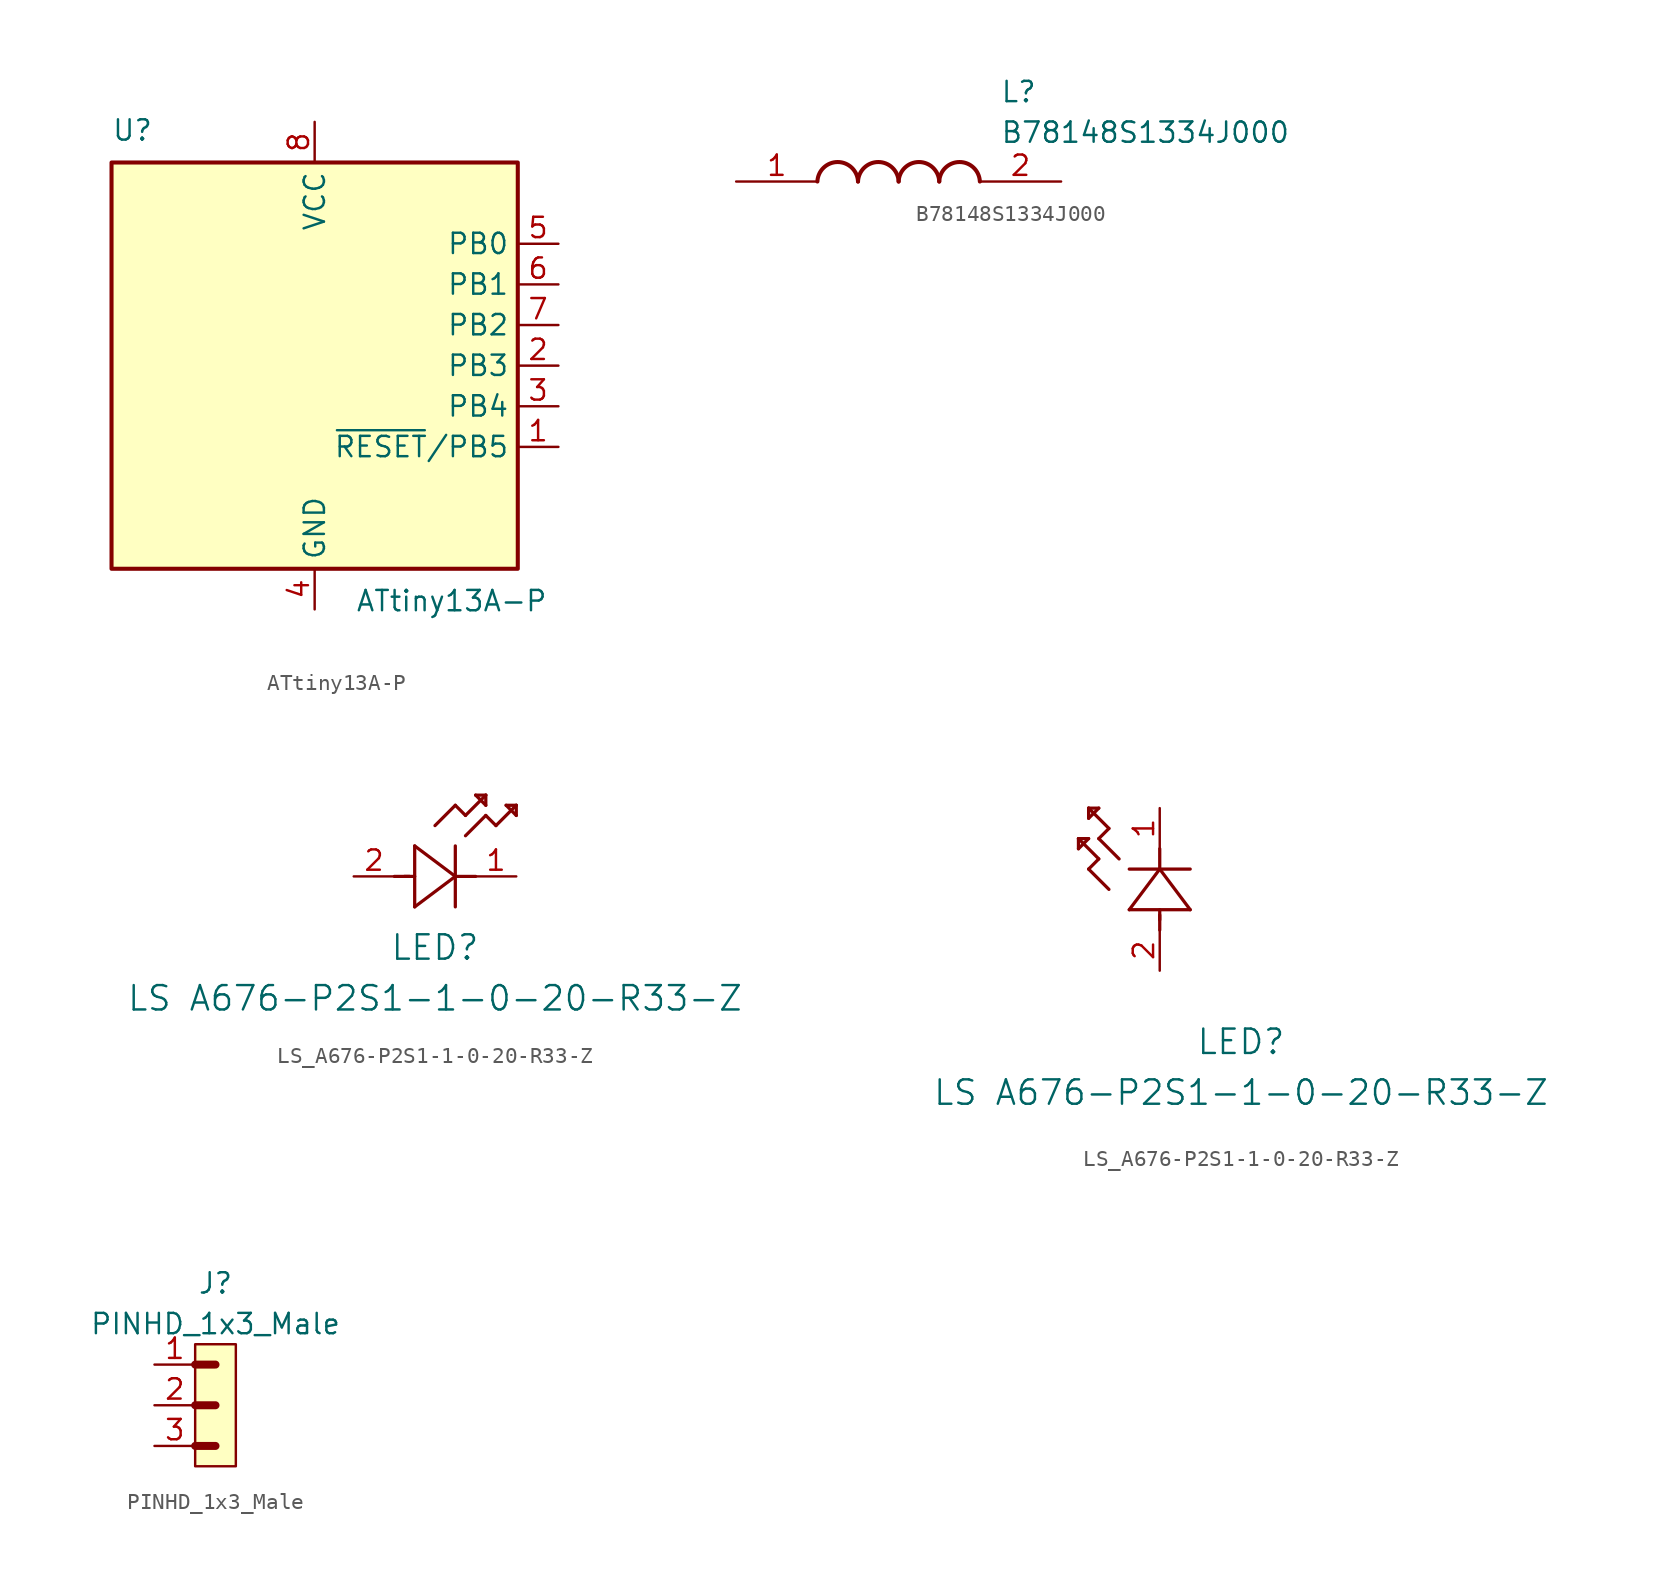
<source format=kicad_sym>
(kicad_symbol_lib
  (version 20231120)
  (generator "kicad_symbol_editor")
  (generator_version "8.0")
  (symbol "ATtiny13A-P"
    (property "Reference" "U"
      (at -12.7 13.97 0)
      (effects (font (size 1.27 1.27)) (justify left bottom)))
    (property "Value" "ATtiny13A-P"
      (at 2.54 -13.97 0)
      (effects (font (size 1.27 1.27)) (justify left top)))
    (symbol "ATtiny13A-P_0_1"
      (rectangle (start -12.7 -12.7) (end 12.7 12.7) (stroke (width 0.254) (type default)) (fill (type background))))
    (symbol "ATtiny13A-P_1_1"
      (pin bidirectional line (at 15.24 -5.08 180) (length 2.54) (name "~{RESET}/PB5" (effects (font (size 1.27 1.27)))) (number "1" (effects (font (size 1.27 1.27)))))
      (pin bidirectional line (at 15.24 0 180) (length 2.54) (name "PB3" (effects (font (size 1.27 1.27)))) (number "2" (effects (font (size 1.27 1.27)))))
      (pin bidirectional line (at 15.24 -2.54 180) (length 2.54) (name "PB4" (effects (font (size 1.27 1.27)))) (number "3" (effects (font (size 1.27 1.27)))))
      (pin power_in line (at 0 -15.24 90) (length 2.54) (name "GND" (effects (font (size 1.27 1.27)))) (number "4" (effects (font (size 1.27 1.27)))))
      (pin bidirectional line (at 15.24 7.62 180) (length 2.54) (name "PB0" (effects (font (size 1.27 1.27)))) (number "5" (effects (font (size 1.27 1.27)))))
      (pin bidirectional line (at 15.24 5.08 180) (length 2.54) (name "PB1" (effects (font (size 1.27 1.27)))) (number "6" (effects (font (size 1.27 1.27)))))
      (pin bidirectional line (at 15.24 2.54 180) (length 2.54) (name "PB2" (effects (font (size 1.27 1.27)))) (number "7" (effects (font (size 1.27 1.27)))))
      (pin power_in line (at 0 15.24 270) (length 2.54) (name "VCC" (effects (font (size 1.27 1.27)))) (number "8" (effects (font (size 1.27 1.27)))))))
  (symbol "B78148S1334J000"
    (pin_names hide)
    (property "Reference" "L"
      (at 16.51 6.35 0)
      (effects (font (size 1.27 1.27)) (justify left top)))
    (property "Value" "B78148S1334J000"
      (at 16.51 3.81 0)
      (effects (font (size 1.27 1.27)) (justify left top)))
    (symbol "B78148S1334J000_1_1"
      (arc (start 7.62 0) (mid 6.35 1.219) (end 5.08 0) (stroke (width 0.254) (type default)) (fill (type none)))
      (arc (start 10.16 0) (mid 8.89 1.219) (end 7.62 0) (stroke (width 0.254) (type default)) (fill (type none)))
      (arc (start 12.7 0) (mid 11.43 1.219) (end 10.16 0) (stroke (width 0.254) (type default)) (fill (type none)))
      (arc (start 15.24 0) (mid 13.97 1.219) (end 12.7 0) (stroke (width 0.254) (type default)) (fill (type none)))
      (pin passive line (at 0 0 0) (length 5.08) (name "1" (effects (font (size 1.27 1.27)))) (number "1" (effects (font (size 1.27 1.27)))))
      (pin passive line (at 20.32 0 180) (length 5.08) (name "2" (effects (font (size 1.27 1.27)))) (number "2" (effects (font (size 1.27 1.27)))))))
  (symbol "LS_A676-P2S1-1-0-20-R33-Z"
    (pin_names
      (offset 0.254))
    (property "Reference" "LED"
      (at 5.08 -4.445 0)
      (effects (font (size 1.524 1.524))))
    (property "Value" "LS A676-P2S1-1-0-20-R33-Z"
      (at 5.08 -7.62 0)
      (effects (font (size 1.524 1.524))))
    (property "ki_locked" ""
      (at 0 0 0)
      (effects (font (size 1.27 1.27))))
    (symbol "LS_A676-P2S1-1-0-20-R33-Z_1_1"
      (polyline (pts (xy 2.54 0) (xy 3.48 0)) (stroke (width 0.203) (type default)) (fill (type none)))
      (polyline (pts (xy 3.175 0) (xy 3.81 0)) (stroke (width 0.203) (type default)) (fill (type none)))
      (polyline (pts (xy 3.81 -1.905) (xy 6.35 0)) (stroke (width 0.203) (type default)) (fill (type none)))
      (polyline (pts (xy 3.81 1.905) (xy 3.81 -1.905)) (stroke (width 0.203) (type default)) (fill (type none)))
      (polyline (pts (xy 5.08 3.175) (xy 6.35 4.445)) (stroke (width 0.203) (type default)) (fill (type none)))
      (polyline (pts (xy 6.35 -1.905) (xy 6.35 1.905)) (stroke (width 0.203) (type default)) (fill (type none)))
      (polyline (pts (xy 6.35 0) (xy 3.81 1.905)) (stroke (width 0.203) (type default)) (fill (type none)))
      (polyline (pts (xy 6.35 0) (xy 7.62 0)) (stroke (width 0.203) (type default)) (fill (type none)))
      (polyline (pts (xy 6.35 4.445) (xy 6.985 3.81)) (stroke (width 0.203) (type default)) (fill (type none)))
      (polyline (pts (xy 6.985 2.54) (xy 8.255 3.81)) (stroke (width 0.203) (type default)) (fill (type none)))
      (polyline (pts (xy 6.985 3.81) (xy 8.255 5.08)) (stroke (width 0.203) (type default)) (fill (type none)))
      (polyline (pts (xy 7.62 5.08) (xy 8.255 4.445)) (stroke (width 0.203) (type default)) (fill (type none)))
      (polyline (pts (xy 8.255 3.81) (xy 8.89 3.175)) (stroke (width 0.203) (type default)) (fill (type none)))
      (polyline (pts (xy 8.255 4.445) (xy 8.255 5.08)) (stroke (width 0.203) (type default)) (fill (type none)))
      (polyline (pts (xy 8.255 5.08) (xy 7.62 5.08)) (stroke (width 0.203) (type default)) (fill (type none)))
      (polyline (pts (xy 8.89 3.175) (xy 10.16 4.445)) (stroke (width 0.203) (type default)) (fill (type none)))
      (polyline (pts (xy 9.525 4.445) (xy 10.16 3.81)) (stroke (width 0.203) (type default)) (fill (type none)))
      (polyline (pts (xy 10.16 3.81) (xy 10.16 4.445)) (stroke (width 0.203) (type default)) (fill (type none)))
      (polyline (pts (xy 10.16 4.445) (xy 9.525 4.445)) (stroke (width 0.203) (type default)) (fill (type none)))
      (pin unspecified line (at 10.16 0 180) (length 2.54) (name "" (effects (font (size 1.27 1.27)))) (number "1" (effects (font (size 1.27 1.27)))))
      (pin unspecified line (at 0 0 0) (length 2.54) (name "" (effects (font (size 1.27 1.27)))) (number "2" (effects (font (size 1.27 1.27))))))
    (symbol "LS_A676-P2S1-1-0-20-R33-Z_1_2"
      (polyline (pts (xy -5.08 7.62) (xy -4.445 8.255)) (stroke (width 0.203) (type default)) (fill (type none)))
      (polyline (pts (xy -5.08 8.255) (xy -5.08 7.62)) (stroke (width 0.203) (type default)) (fill (type none)))
      (polyline (pts (xy -4.445 6.35) (xy -3.81 6.985)) (stroke (width 0.203) (type default)) (fill (type none)))
      (polyline (pts (xy -4.445 8.255) (xy -5.08 8.255)) (stroke (width 0.203) (type default)) (fill (type none)))
      (polyline (pts (xy -4.445 9.525) (xy -3.81 10.16)) (stroke (width 0.203) (type default)) (fill (type none)))
      (polyline (pts (xy -4.445 10.16) (xy -4.445 9.525)) (stroke (width 0.203) (type default)) (fill (type none)))
      (polyline (pts (xy -3.81 6.985) (xy -5.08 8.255)) (stroke (width 0.203) (type default)) (fill (type none)))
      (polyline (pts (xy -3.81 8.255) (xy -3.175 8.89)) (stroke (width 0.203) (type default)) (fill (type none)))
      (polyline (pts (xy -3.81 10.16) (xy -4.445 10.16)) (stroke (width 0.203) (type default)) (fill (type none)))
      (polyline (pts (xy -3.175 5.08) (xy -4.445 6.35)) (stroke (width 0.203) (type default)) (fill (type none)))
      (polyline (pts (xy -3.175 8.89) (xy -4.445 10.16)) (stroke (width 0.203) (type default)) (fill (type none)))
      (polyline (pts (xy -2.54 6.985) (xy -3.81 8.255)) (stroke (width 0.203) (type default)) (fill (type none)))
      (polyline (pts (xy -1.905 3.81) (xy 1.905 3.81)) (stroke (width 0.203) (type default)) (fill (type none)))
      (polyline (pts (xy 0 2.54) (xy 0 3.48)) (stroke (width 0.203) (type default)) (fill (type none)))
      (polyline (pts (xy 0 3.175) (xy 0 3.81)) (stroke (width 0.203) (type default)) (fill (type none)))
      (polyline (pts (xy 0 6.35) (xy -1.905 3.81)) (stroke (width 0.203) (type default)) (fill (type none)))
      (polyline (pts (xy 0 6.35) (xy 0 7.62)) (stroke (width 0.203) (type default)) (fill (type none)))
      (polyline (pts (xy 1.905 3.81) (xy 0 6.35)) (stroke (width 0.203) (type default)) (fill (type none)))
      (polyline (pts (xy 1.905 6.35) (xy -1.905 6.35)) (stroke (width 0.203) (type default)) (fill (type none)))
      (pin unspecified line (at 0 10.16 270) (length 2.54) (name "" (effects (font (size 1.27 1.27)))) (number "1" (effects (font (size 1.27 1.27)))))
      (pin unspecified line (at 0 0 90) (length 2.54) (name "" (effects (font (size 1.27 1.27)))) (number "2" (effects (font (size 1.27 1.27)))))))
  (symbol "PINHD_1x3_Male"
    (property "Reference" "J"
      (at 0 7.62 0)
      (effects (font (size 1.27 1.27))))
    (property "Value" "PINHD_1x3_Male"
      (at 0 5.08 0)
      (effects (font (size 1.27 1.27))))
    (symbol "PINHD_1x3_Male_0_1"
      (rectangle (start -1.27 3.81) (end 1.27 -3.81) (stroke (width 0) (type default)) (fill (type background)))
      (polyline (pts (xy -1.27 -2.54) (xy 0 -2.54)) (stroke (width 0.3) (type default)) (fill (type none)))
      (polyline (pts (xy -1.27 -2.54) (xy 0 -2.54)) (stroke (width 0.5) (type default)) (fill (type none)))
      (polyline (pts (xy -1.27 0) (xy 0 0)) (stroke (width 0.3) (type default)) (fill (type none)))
      (polyline (pts (xy -1.27 0) (xy 0 0)) (stroke (width 0.5) (type default)) (fill (type none)))
      (polyline (pts (xy -1.27 2.54) (xy 0 2.54)) (stroke (width 0.3) (type default)) (fill (type none)))
      (polyline (pts (xy -1.27 2.54) (xy 0 2.54)) (stroke (width 0.5) (type default)) (fill (type none))))
    (symbol "PINHD_1x3_Male_1_1"
      (pin passive line (at -3.81 2.54 0) (length 2.54) (name "" (effects (font (size 1.27 1.27)))) (number "1" (effects (font (size 1.27 1.27)))))
      (pin passive line (at -3.81 0 0) (length 2.54) (name "" (effects (font (size 1.27 1.27)))) (number "2" (effects (font (size 1.27 1.27)))))
      (pin passive line (at -3.81 -2.54 0) (length 2.54) (name "" (effects (font (size 1.27 1.27)))) (number "3" (effects (font (size 1.27 1.27))))))))
</source>
